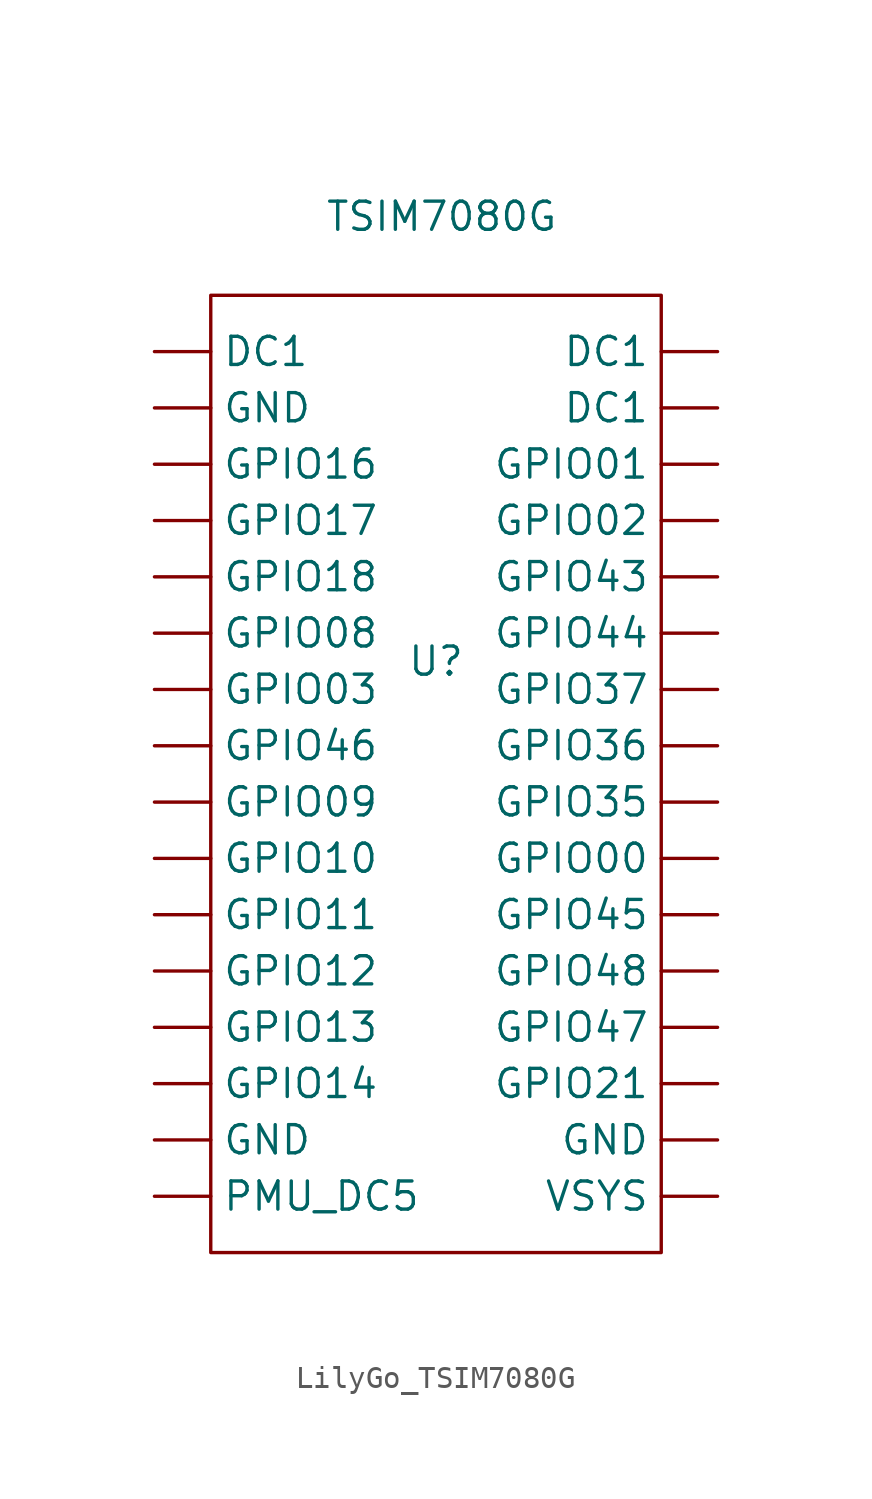
<source format=kicad_sym>
(kicad_symbol_lib
  (version 20241209)
  (generator "kicad_symbol_editor")
  (generator_version "9.0")
  (symbol "LilyGo_TSIM7080G"
    (property "Reference" "U"
      (at 0 0 0)
      (effects (font (size 1.27 1.27))))
    (property "Value" "TSIM7080G"
      (at 0.254 20.066 0)
      (effects (font (size 1.27 1.27))))
    (symbol "LilyGo_TSIM7080G_0_1"
      (rectangle (start -10.16 16.51) (end 10.16 -26.67) (stroke (width 0) (type default)) (fill (type none))))
    (symbol "LilyGo_TSIM7080G_1_1"
      (pin power_in line (at -12.7 13.97 0) (length 2.54) (name "DC1" (effects (font (size 1.27 1.27)))) (number "" (effects (font (size 1.27 1.27)))))
      (pin power_in line (at -12.7 11.43 0) (length 2.54) (name "GND" (effects (font (size 1.27 1.27)))) (number "" (effects (font (size 1.27 1.27)))))
      (pin bidirectional line (at -12.7 8.89 0) (length 2.54) (name "GPIO16" (effects (font (size 1.27 1.27)))) (number "" (effects (font (size 1.27 1.27)))))
      (pin bidirectional line (at -12.7 6.35 0) (length 2.54) (name "GPIO17" (effects (font (size 1.27 1.27)))) (number "" (effects (font (size 1.27 1.27)))))
      (pin bidirectional line (at -12.7 3.81 0) (length 2.54) (name "GPIO18" (effects (font (size 1.27 1.27)))) (number "" (effects (font (size 1.27 1.27)))))
      (pin bidirectional line (at -12.7 1.27 0) (length 2.54) (name "GPIO08" (effects (font (size 1.27 1.27)))) (number "" (effects (font (size 1.27 1.27)))))
      (pin bidirectional line (at -12.7 -1.27 0) (length 2.54) (name "GPIO03" (effects (font (size 1.27 1.27)))) (number "" (effects (font (size 1.27 1.27)))))
      (pin bidirectional line (at -12.7 -3.81 0) (length 2.54) (name "GPIO46" (effects (font (size 1.27 1.27)))) (number "" (effects (font (size 1.27 1.27)))))
      (pin bidirectional line (at -12.7 -6.35 0) (length 2.54) (name "GPIO09" (effects (font (size 1.27 1.27)))) (number "" (effects (font (size 1.27 1.27)))))
      (pin bidirectional line (at -12.7 -8.89 0) (length 2.54) (name "GPIO10" (effects (font (size 1.27 1.27)))) (number "" (effects (font (size 1.27 1.27)))))
      (pin bidirectional line (at -12.7 -11.43 0) (length 2.54) (name "GPIO11" (effects (font (size 1.27 1.27)))) (number "" (effects (font (size 1.27 1.27)))))
      (pin bidirectional line (at -12.7 -13.97 0) (length 2.54) (name "GPIO12" (effects (font (size 1.27 1.27)))) (number "" (effects (font (size 1.27 1.27)))))
      (pin bidirectional line (at -12.7 -16.51 0) (length 2.54) (name "GPIO13" (effects (font (size 1.27 1.27)))) (number "" (effects (font (size 1.27 1.27)))))
      (pin bidirectional line (at -12.7 -19.05 0) (length 2.54) (name "GPIO14" (effects (font (size 1.27 1.27)))) (number "" (effects (font (size 1.27 1.27)))))
      (pin power_out line (at -12.7 -21.59 0) (length 2.54) (name "GND" (effects (font (size 1.27 1.27)))) (number "" (effects (font (size 1.27 1.27)))))
      (pin power_out line (at -12.7 -24.13 0) (length 2.54) (name "PMU_DC5" (effects (font (size 1.27 1.27)))) (number "" (effects (font (size 1.27 1.27)))))
      (pin power_out line (at 12.7 13.97 180) (length 2.54) (name "DC1" (effects (font (size 1.27 1.27)))) (number "" (effects (font (size 1.27 1.27)))))
      (pin power_out line (at 12.7 11.43 180) (length 2.54) (name "DC1" (effects (font (size 1.27 1.27)))) (number "" (effects (font (size 1.27 1.27)))))
      (pin bidirectional line (at 12.7 8.89 180) (length 2.54) (name "GPIO01" (effects (font (size 1.27 1.27)))) (number "" (effects (font (size 1.27 1.27)))))
      (pin bidirectional line (at 12.7 6.35 180) (length 2.54) (name "GPIO02" (effects (font (size 1.27 1.27)))) (number "" (effects (font (size 1.27 1.27)))))
      (pin bidirectional line (at 12.7 3.81 180) (length 2.54) (name "GPIO43" (effects (font (size 1.27 1.27)))) (number "" (effects (font (size 1.27 1.27)))))
      (pin bidirectional line (at 12.7 1.27 180) (length 2.54) (name "GPIO44" (effects (font (size 1.27 1.27)))) (number "" (effects (font (size 1.27 1.27)))))
      (pin bidirectional line (at 12.7 -1.27 180) (length 2.54) (name "GPIO37" (effects (font (size 1.27 1.27)))) (number "" (effects (font (size 1.27 1.27)))))
      (pin bidirectional line (at 12.7 -3.81 180) (length 2.54) (name "GPIO36" (effects (font (size 1.27 1.27)))) (number "" (effects (font (size 1.27 1.27)))))
      (pin bidirectional line (at 12.7 -6.35 180) (length 2.54) (name "GPIO35" (effects (font (size 1.27 1.27)))) (number "" (effects (font (size 1.27 1.27)))))
      (pin bidirectional line (at 12.7 -8.89 180) (length 2.54) (name "GPIO00" (effects (font (size 1.27 1.27)))) (number "" (effects (font (size 1.27 1.27)))))
      (pin bidirectional line (at 12.7 -11.43 180) (length 2.54) (name "GPIO45" (effects (font (size 1.27 1.27)))) (number "" (effects (font (size 1.27 1.27)))))
      (pin bidirectional line (at 12.7 -13.97 180) (length 2.54) (name "GPIO48" (effects (font (size 1.27 1.27)))) (number "" (effects (font (size 1.27 1.27)))))
      (pin bidirectional line (at 12.7 -16.51 180) (length 2.54) (name "GPIO47" (effects (font (size 1.27 1.27)))) (number "" (effects (font (size 1.27 1.27)))))
      (pin bidirectional line (at 12.7 -19.05 180) (length 2.54) (name "GPIO21" (effects (font (size 1.27 1.27)))) (number "" (effects (font (size 1.27 1.27)))))
      (pin power_out line (at 12.7 -21.59 180) (length 2.54) (name "GND" (effects (font (size 1.27 1.27)))) (number "" (effects (font (size 1.27 1.27)))))
      (pin power_out line (at 12.7 -24.13 180) (length 2.54) (name "VSYS" (effects (font (size 1.27 1.27)))) (number "" (effects (font (size 1.27 1.27))))))))
</source>
